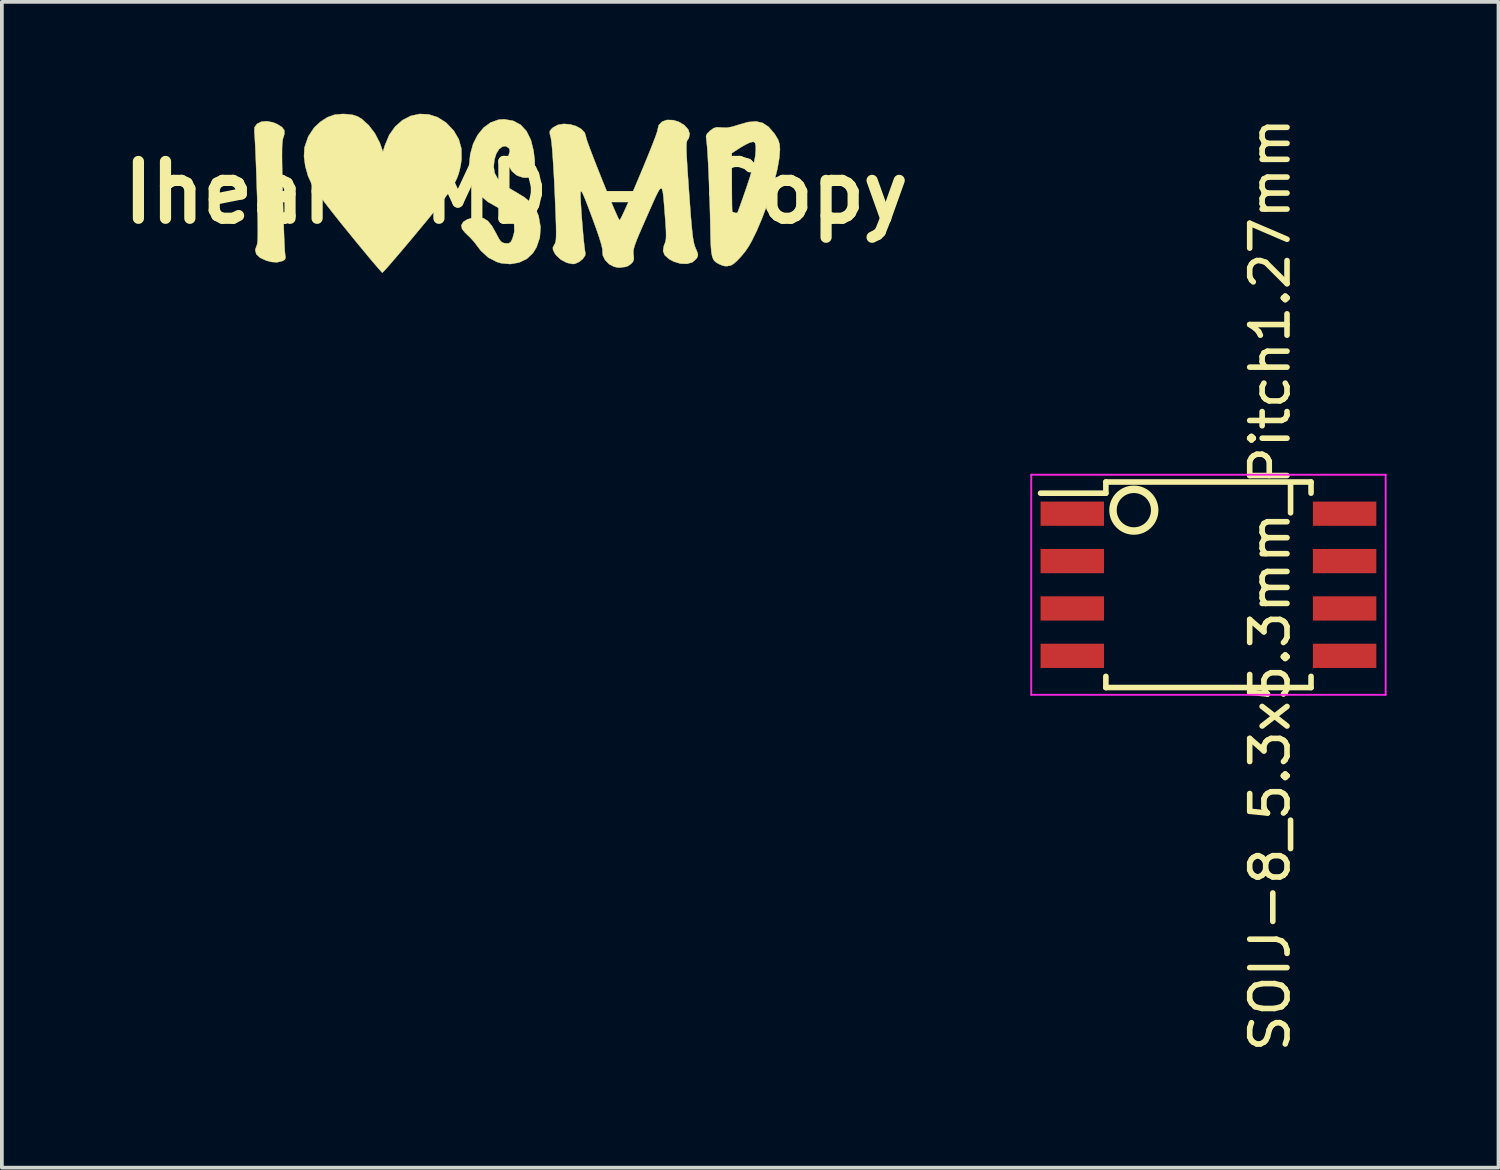
<source format=kicad_pcb>
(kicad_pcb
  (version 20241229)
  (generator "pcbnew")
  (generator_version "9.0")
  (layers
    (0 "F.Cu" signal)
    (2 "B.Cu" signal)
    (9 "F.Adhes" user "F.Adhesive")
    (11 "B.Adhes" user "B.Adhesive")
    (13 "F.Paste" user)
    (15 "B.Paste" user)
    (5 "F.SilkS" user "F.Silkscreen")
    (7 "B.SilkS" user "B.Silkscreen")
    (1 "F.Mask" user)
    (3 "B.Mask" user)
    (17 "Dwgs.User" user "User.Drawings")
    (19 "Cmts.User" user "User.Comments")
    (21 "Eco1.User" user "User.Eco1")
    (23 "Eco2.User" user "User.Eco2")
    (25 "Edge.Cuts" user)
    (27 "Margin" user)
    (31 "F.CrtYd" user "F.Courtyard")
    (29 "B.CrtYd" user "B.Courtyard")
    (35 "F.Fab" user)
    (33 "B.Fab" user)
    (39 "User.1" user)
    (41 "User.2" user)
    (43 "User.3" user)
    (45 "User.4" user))
  (footprint "IheartSMD - Copy"
    (layer "F.Cu")
    (at 10.784 2.112)
    (property "Reference" "IheartSMD - Copy" (at 0 0 0) (layer "F.SilkS") (effects (font (size 1.524 1.524) (thickness 0.3))))
    (attr through_hole)
    (fp_poly (pts (xy -6.519 -1.882) (xy -6.409 -1.837) (xy -6.277 -1.755) (xy -6.213 -1.671) (xy -6.211 -1.568) (xy -6.237 -1.486) (xy -6.251 -1.439) (xy -6.262 -1.373) (xy -6.27 -1.28) (xy -6.274 -1.153) (xy -6.275 -0.984) (xy -6.273 -0.765) (xy -6.268 -0.487) (xy -6.26 -0.144) (xy -6.255 0.078) (xy -6.245 0.411) (xy -6.235 0.724) (xy -6.225 1.008) (xy -6.216 1.252) (xy -6.206 1.448) (xy -6.198 1.585) (xy -6.192 1.65) (xy -6.18 1.749) (xy -6.201 1.8) (xy -6.267 1.835) (xy -6.27 1.836) (xy -6.406 1.869) (xy -6.553 1.86) (xy -6.692 1.824) (xy -6.863 1.747) (xy -6.964 1.65) (xy -6.993 1.535) (xy -6.949 1.411) (xy -6.937 1.371) (xy -6.928 1.294) (xy -6.924 1.172) (xy -6.923 1) (xy -6.925 0.771) (xy -6.931 0.48) (xy -6.941 0.119) (xy -6.948 -0.084) (xy -6.959 -0.414) (xy -6.97 -0.725) (xy -6.981 -1.005) (xy -6.992 -1.245) (xy -7.002 -1.435) (xy -7.01 -1.566) (xy -7.017 -1.626) (xy -7.01 -1.75) (xy -6.944 -1.842) (xy -6.831 -1.898) (xy -6.684 -1.913) (xy -6.519 -1.882)) (stroke (width 0.01) (type solid)) (fill yes) (layer "F.SilkS"))
    (fp_poly (pts (xy -2.344 -2.096) (xy -2.105 -2.02) (xy -1.879 -1.877) (xy -1.676 -1.665) (xy -1.672 -1.66) (xy -1.536 -1.429) (xy -1.467 -1.18) (xy -1.463 -0.9) (xy -1.48 -0.766) (xy -1.507 -0.63) (xy -1.541 -0.503) (xy -1.588 -0.378) (xy -1.653 -0.246) (xy -1.74 -0.101) (xy -1.854 0.066) (xy -2.001 0.263) (xy -2.185 0.496) (xy -2.411 0.773) (xy -2.656 1.068) (xy -2.864 1.317) (xy -3.056 1.545) (xy -3.227 1.746) (xy -3.372 1.914) (xy -3.483 2.041) (xy -3.557 2.121) (xy -3.585 2.147) (xy -3.616 2.118) (xy -3.69 2.034) (xy -3.802 1.904) (xy -3.945 1.734) (xy -4.114 1.53) (xy -4.303 1.301) (xy -4.474 1.091) (xy -4.683 0.834) (xy -4.881 0.585) (xy -5.061 0.355) (xy -5.217 0.151) (xy -5.342 -0.016) (xy -5.428 -0.139) (xy -5.463 -0.194) (xy -5.576 -0.443) (xy -5.651 -0.71) (xy -5.685 -0.971) (xy -5.672 -1.201) (xy -5.668 -1.219) (xy -5.57 -1.504) (xy -5.41 -1.745) (xy -5.252 -1.892) (xy -5.057 -2.019) (xy -4.867 -2.087) (xy -4.65 -2.107) (xy -4.549 -2.103) (xy -4.38 -2.083) (xy -4.251 -2.041) (xy -4.136 -1.972) (xy -3.949 -1.803) (xy -3.783 -1.584) (xy -3.657 -1.341) (xy -3.638 -1.291) (xy -3.569 -1.093) (xy -3.519 -1.26) (xy -3.401 -1.543) (xy -3.24 -1.771) (xy -3.044 -1.942) (xy -2.823 -2.055) (xy -2.586 -2.107) (xy -2.344 -2.096)) (stroke (width 0.01) (type solid)) (fill yes) (layer "F.SilkS"))
    (fp_poly (pts (xy 6.611 -1.866) (xy 6.769 -1.761) (xy 6.916 -1.59) (xy 6.946 -1.548) (xy 7.026 -1.413) (xy 7.064 -1.292) (xy 7.073 -1.151) (xy 7.055 -0.924) (xy 7.006 -0.644) (xy 6.929 -0.326) (xy 6.83 0.015) (xy 6.715 0.364) (xy 6.587 0.705) (xy 6.451 1.024) (xy 6.314 1.303) (xy 6.234 1.444) (xy 6.145 1.574) (xy 6.038 1.706) (xy 5.928 1.823) (xy 5.83 1.91) (xy 5.758 1.952) (xy 5.747 1.954) (xy 5.68 1.966) (xy 5.66 1.972) (xy 5.59 1.97) (xy 5.493 1.94) (xy 5.49 1.938) (xy 5.405 1.898) (xy 5.339 1.855) (xy 5.291 1.798) (xy 5.258 1.718) (xy 5.236 1.603) (xy 5.222 1.443) (xy 5.213 1.226) (xy 5.207 0.943) (xy 5.207 0.926) (xy 5.2 0.594) (xy 5.19 0.255) (xy 5.179 -0.081) (xy 5.166 -0.403) (xy 5.153 -0.7) (xy 5.139 -0.962) (xy 5.133 -1.057) (xy 5.783 -1.057) (xy 5.783 -0.199) (xy 5.785 0.12) (xy 5.788 0.368) (xy 5.795 0.552) (xy 5.805 0.677) (xy 5.818 0.751) (xy 5.836 0.78) (xy 5.841 0.782) (xy 5.857 0.747) (xy 5.895 0.651) (xy 5.948 0.507) (xy 6.013 0.327) (xy 6.05 0.225) (xy 6.171 -0.122) (xy 6.265 -0.406) (xy 6.334 -0.637) (xy 6.382 -0.826) (xy 6.411 -0.98) (xy 6.423 -1.111) (xy 6.424 -1.133) (xy 6.423 -1.258) (xy 6.409 -1.325) (xy 6.375 -1.354) (xy 6.349 -1.36) (xy 6.278 -1.345) (xy 6.167 -1.295) (xy 6.038 -1.221) (xy 6.026 -1.214) (xy 5.783 -1.057) (xy 5.133 -1.057) (xy 5.125 -1.178) (xy 5.111 -1.337) (xy 5.099 -1.429) (xy 5.099 -1.43) (xy 5.091 -1.515) (xy 5.122 -1.582) (xy 5.201 -1.658) (xy 5.295 -1.726) (xy 5.381 -1.751) (xy 5.5 -1.744) (xy 5.508 -1.743) (xy 5.643 -1.738) (xy 5.79 -1.764) (xy 5.959 -1.816) (xy 6.218 -1.89) (xy 6.432 -1.908) (xy 6.611 -1.866)) (stroke (width 0.01) (type solid)) (fill yes) (layer "F.SilkS"))
    (fp_poly (pts (xy -0.082 -1.925) (xy 0.12 -1.819) (xy 0.279 -1.647) (xy 0.396 -1.412) (xy 0.466 -1.132) (xy 0.5 -0.863) (xy 0.502 -0.66) (xy 0.468 -0.518) (xy 0.399 -0.433) (xy 0.29 -0.399) (xy 0.187 -0.403) (xy 0.023 -0.458) (xy -0.108 -0.567) (xy -0.194 -0.71) (xy -0.225 -0.871) (xy -0.196 -1.014) (xy -0.167 -1.109) (xy -0.181 -1.172) (xy -0.195 -1.192) (xy -0.278 -1.245) (xy -0.369 -1.232) (xy -0.458 -1.162) (xy -0.532 -1.043) (xy -0.581 -0.884) (xy -0.601 -0.689) (xy -0.574 -0.523) (xy -0.495 -0.376) (xy -0.357 -0.237) (xy -0.153 -0.097) (xy -0.015 -0.018) (xy 0.224 0.127) (xy 0.397 0.272) (xy 0.517 0.428) (xy 0.597 0.609) (xy 0.604 0.632) (xy 0.655 0.924) (xy 0.636 1.206) (xy 0.548 1.466) (xy 0.45 1.624) (xy 0.287 1.777) (xy 0.08 1.875) (xy -0.154 1.916) (xy -0.399 1.894) (xy -0.512 1.861) (xy -0.748 1.74) (xy -0.946 1.557) (xy -1.023 1.456) (xy -1.121 1.327) (xy -1.23 1.206) (xy -1.278 1.16) (xy -1.369 1.072) (xy -1.436 0.991) (xy -1.449 0.972) (xy -1.466 0.874) (xy -1.415 0.786) (xy -1.307 0.718) (xy -1.153 0.675) (xy -1.012 0.664) (xy -0.877 0.687) (xy -0.759 0.76) (xy -0.649 0.892) (xy -0.536 1.093) (xy -0.535 1.094) (xy -0.466 1.228) (xy -0.412 1.306) (xy -0.358 1.345) (xy -0.29 1.36) (xy -0.282 1.36) (xy -0.194 1.36) (xy -0.141 1.323) (xy -0.097 1.235) (xy -0.047 1.054) (xy -0.051 0.866) (xy -0.081 0.73) (xy -0.106 0.658) (xy -0.144 0.602) (xy -0.211 0.549) (xy -0.321 0.487) (xy -0.46 0.418) (xy -0.755 0.25) (xy -0.978 0.063) (xy -1.132 -0.148) (xy -1.224 -0.392) (xy -1.257 -0.674) (xy -1.258 -0.716) (xy -1.229 -1.026) (xy -1.151 -1.306) (xy -1.029 -1.546) (xy -0.871 -1.74) (xy -0.681 -1.879) (xy -0.466 -1.954) (xy -0.323 -1.965) (xy -0.082 -1.925)) (stroke (width 0.01) (type solid)) (fill yes) (layer "F.SilkS"))
    (fp_poly (pts (xy 4.21 -1.942) (xy 4.355 -1.899) (xy 4.51 -1.808) (xy 4.611 -1.696) (xy 4.653 -1.575) (xy 4.629 -1.457) (xy 4.595 -1.41) (xy 4.581 -1.384) (xy 4.571 -1.339) (xy 4.566 -1.266) (xy 4.566 -1.159) (xy 4.571 -1.008) (xy 4.582 -0.808) (xy 4.598 -0.549) (xy 4.621 -0.224) (xy 4.635 -0.02) (xy 4.662 0.348) (xy 4.684 0.646) (xy 4.705 0.883) (xy 4.723 1.068) (xy 4.741 1.211) (xy 4.759 1.318) (xy 4.779 1.4) (xy 4.801 1.465) (xy 4.813 1.493) (xy 4.86 1.604) (xy 4.875 1.674) (xy 4.859 1.73) (xy 4.831 1.775) (xy 4.727 1.867) (xy 4.58 1.91) (xy 4.406 1.904) (xy 4.223 1.848) (xy 4.103 1.783) (xy 3.984 1.678) (xy 3.939 1.563) (xy 3.963 1.423) (xy 3.982 1.377) (xy 4.004 1.318) (xy 4.017 1.247) (xy 4.021 1.15) (xy 4.018 1.014) (xy 4.006 0.824) (xy 3.992 0.634) (xy 3.969 0.343) (xy 3.951 0.123) (xy 3.932 -0.026) (xy 3.908 -0.105) (xy 3.873 -0.114) (xy 3.824 -0.052) (xy 3.756 0.08) (xy 3.664 0.283) (xy 3.543 0.556) (xy 3.511 0.629) (xy 3.389 0.906) (xy 3.296 1.12) (xy 3.228 1.284) (xy 3.183 1.407) (xy 3.156 1.499) (xy 3.144 1.569) (xy 3.144 1.628) (xy 3.148 1.663) (xy 3.157 1.778) (xy 3.134 1.853) (xy 3.083 1.91) (xy 2.999 1.969) (xy 2.927 1.993) (xy 2.836 2.002) (xy 2.807 2.009) (xy 2.735 2.01) (xy 2.634 1.99) (xy 2.631 1.989) (xy 2.496 1.92) (xy 2.388 1.811) (xy 2.324 1.683) (xy 2.317 1.585) (xy 2.313 1.512) (xy 2.285 1.39) (xy 2.232 1.214) (xy 2.151 0.977) (xy 2.041 0.675) (xy 2.037 0.664) (xy 1.939 0.403) (xy 1.864 0.208) (xy 1.808 0.074) (xy 1.77 -0.005) (xy 1.746 -0.037) (xy 1.732 -0.027) (xy 1.727 0.001) (xy 1.726 0.088) (xy 1.732 0.232) (xy 1.743 0.419) (xy 1.757 0.632) (xy 1.775 0.857) (xy 1.794 1.078) (xy 1.813 1.28) (xy 1.831 1.447) (xy 1.846 1.563) (xy 1.857 1.611) (xy 1.85 1.689) (xy 1.79 1.776) (xy 1.696 1.854) (xy 1.587 1.905) (xy 1.523 1.915) (xy 1.362 1.882) (xy 1.201 1.798) (xy 1.072 1.679) (xy 1.032 1.62) (xy 0.989 1.53) (xy 0.987 1.47) (xy 1.024 1.4) (xy 1.028 1.393) (xy 1.046 1.361) (xy 1.059 1.32) (xy 1.068 1.262) (xy 1.073 1.178) (xy 1.074 1.059) (xy 1.072 0.898) (xy 1.065 0.685) (xy 1.054 0.413) (xy 1.04 0.073) (xy 1.036 -0.008) (xy 1.02 -0.353) (xy 1.002 -0.669) (xy 0.984 -0.947) (xy 0.967 -1.177) (xy 0.95 -1.351) (xy 0.934 -1.459) (xy 0.93 -1.479) (xy 0.902 -1.586) (xy 0.906 -1.651) (xy 0.948 -1.706) (xy 0.99 -1.743) (xy 1.119 -1.814) (xy 1.277 -1.841) (xy 1.445 -1.828) (xy 1.607 -1.782) (xy 1.744 -1.707) (xy 1.839 -1.608) (xy 1.875 -1.49) (xy 1.875 -1.488) (xy 1.889 -1.432) (xy 1.928 -1.318) (xy 1.988 -1.156) (xy 2.064 -0.956) (xy 2.152 -0.73) (xy 2.248 -0.489) (xy 2.347 -0.242) (xy 2.445 -0.001) (xy 2.538 0.224) (xy 2.621 0.421) (xy 2.691 0.58) (xy 2.742 0.69) (xy 2.77 0.74) (xy 2.773 0.742) (xy 2.798 0.708) (xy 2.847 0.611) (xy 2.916 0.462) (xy 3.002 0.271) (xy 3.099 0.049) (xy 3.204 -0.195) (xy 3.311 -0.449) (xy 3.418 -0.704) (xy 3.519 -0.95) (xy 3.61 -1.175) (xy 3.687 -1.371) (xy 3.746 -1.526) (xy 3.781 -1.631) (xy 3.79 -1.671) (xy 3.823 -1.807) (xy 3.912 -1.9) (xy 4.045 -1.947) (xy 4.21 -1.942)) (stroke (width 0.01) (type solid)) (fill yes) (layer "F.SilkS")))
  (footprint "SOIJ-8_5.3x5.3mm_Pitch1.27mm"
    (layer "F.Cu")
    (at 29.343 12.625)
    (property "Reference" "SOIJ-8_5.3x5.3mm_Pitch1.27mm" (at 1.651 0 90) (layer "F.SilkS") (effects (font (size 1 1) (thickness 0.15))))
    (attr smd)
    (fp_line (start -2.75 -2.755) (end -2.75 -2.455) (stroke (width 0.15) (type solid)) (layer "F.SilkS"))
    (fp_line (start -2.75 -2.755) (end 2.75 -2.755) (stroke (width 0.15) (type solid)) (layer "F.SilkS"))
    (fp_line (start -2.75 -2.455) (end -4.5 -2.455) (stroke (width 0.15) (type solid)) (layer "F.SilkS"))
    (fp_line (start -2.75 2.755) (end -2.75 2.455) (stroke (width 0.15) (type solid)) (layer "F.SilkS"))
    (fp_line (start -2.75 2.755) (end 2.75 2.755) (stroke (width 0.15) (type solid)) (layer "F.SilkS"))
    (fp_line (start 2.75 -2.755) (end 2.75 -2.455) (stroke (width 0.15) (type solid)) (layer "F.SilkS"))
    (fp_line (start 2.75 2.755) (end 2.75 2.455) (stroke (width 0.15) (type solid)) (layer "F.SilkS"))
    (fp_circle (center -2 -2) (end -2.25 -2.5) (stroke (width 0.2) (type solid)) (fill no) (layer "F.SilkS"))
    (fp_line (start -4.75 -2.95) (end -4.75 2.95) (stroke (width 0.05) (type solid)) (layer "F.CrtYd"))
    (fp_line (start -4.75 -2.95) (end 4.75 -2.95) (stroke (width 0.05) (type solid)) (layer "F.CrtYd"))
    (fp_line (start -4.75 2.95) (end 4.75 2.95) (stroke (width 0.05) (type solid)) (layer "F.CrtYd"))
    (fp_line (start 4.75 -2.95) (end 4.75 2.95) (stroke (width 0.05) (type solid)) (layer "F.CrtYd"))
    (pad "1" smd rect (at -3.65 -1.905) (size 1.7 0.65) (layers "F.Cu" "F.Mask" "F.Paste"))
    (pad "2" smd rect (at -3.65 -0.635) (size 1.7 0.65) (layers "F.Cu" "F.Mask" "F.Paste"))
    (pad "3" smd rect (at -3.65 0.635) (size 1.7 0.65) (layers "F.Cu" "F.Mask" "F.Paste"))
    (pad "4" smd rect (at -3.65 1.905) (size 1.7 0.65) (layers "F.Cu" "F.Mask" "F.Paste"))
    (pad "5" smd rect (at 3.65 1.905) (size 1.7 0.65) (layers "F.Cu" "F.Mask" "F.Paste"))
    (pad "6" smd rect (at 3.65 0.635) (size 1.7 0.65) (layers "F.Cu" "F.Mask" "F.Paste"))
    (pad "7" smd rect (at 3.65 -0.635) (size 1.7 0.65) (layers "F.Cu" "F.Mask" "F.Paste"))
    (pad "8" smd rect (at 3.65 -1.905) (size 1.7 0.65) (layers "F.Cu" "F.Mask" "F.Paste")))
  (gr_rect
    (start -3 -3)
    (end 37.118 28.25)
    (stroke (width 0.1) (type default))
    (fill no)
    (layer "Edge.Cuts")))
</source>
